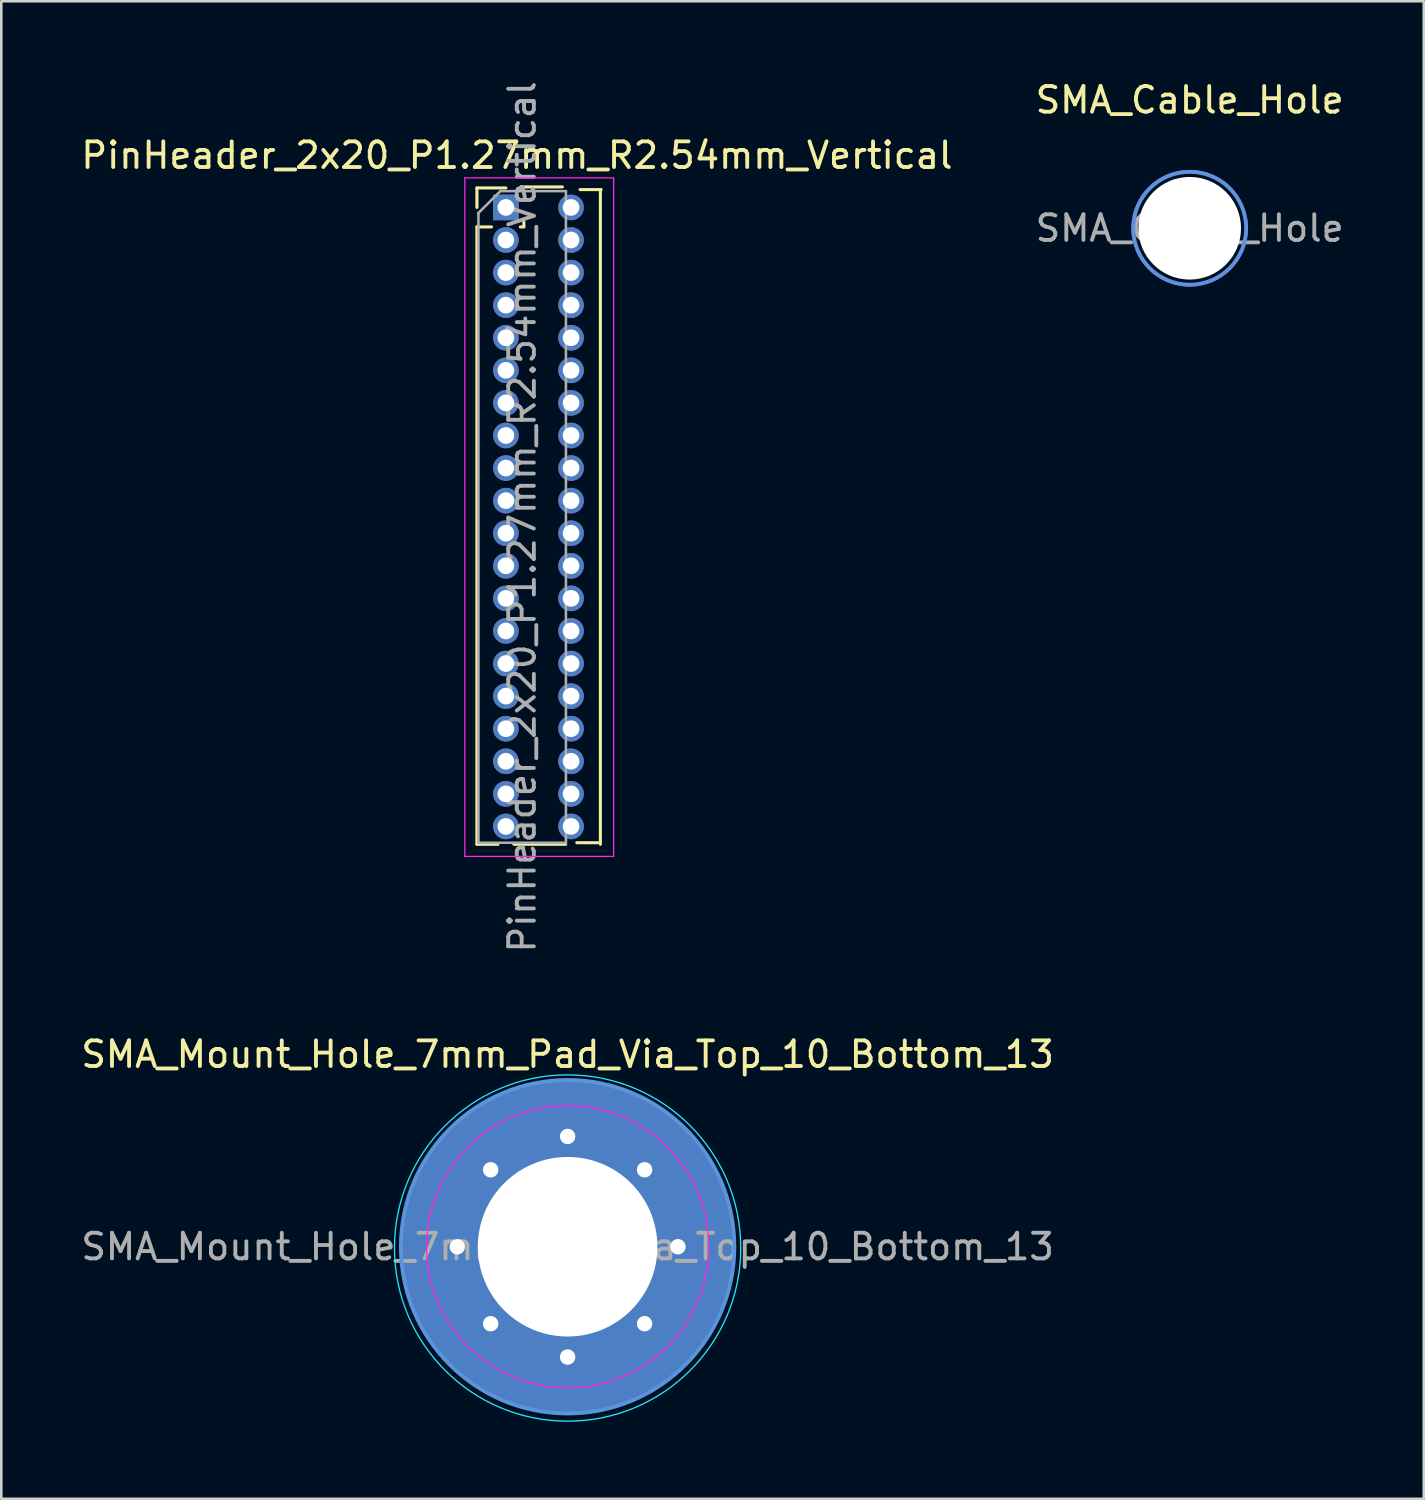
<source format=kicad_pcb>
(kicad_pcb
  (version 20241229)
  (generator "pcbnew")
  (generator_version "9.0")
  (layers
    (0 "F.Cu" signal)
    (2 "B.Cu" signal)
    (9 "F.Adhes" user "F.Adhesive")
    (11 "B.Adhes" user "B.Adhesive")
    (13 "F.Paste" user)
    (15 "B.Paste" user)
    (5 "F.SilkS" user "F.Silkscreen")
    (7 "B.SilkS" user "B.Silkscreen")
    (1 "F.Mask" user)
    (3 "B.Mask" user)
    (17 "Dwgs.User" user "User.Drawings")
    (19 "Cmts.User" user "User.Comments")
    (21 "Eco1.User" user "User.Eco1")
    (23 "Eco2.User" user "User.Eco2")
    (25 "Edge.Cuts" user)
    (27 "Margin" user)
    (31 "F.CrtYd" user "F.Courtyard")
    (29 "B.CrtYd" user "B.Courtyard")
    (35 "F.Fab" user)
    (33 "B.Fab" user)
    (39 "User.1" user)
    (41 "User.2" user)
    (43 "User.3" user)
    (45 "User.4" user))
  (footprint "SMA_Mount_Hole_7mm_Pad_Via_Top_10_Bottom_13"
    (layer "F.Cu")
    (at 19.077 45.551)
    (property "Reference" "SMA_Mount_Hole_7mm_Pad_Via_Top_10_Bottom_13" (at 0 -7.5 0) (layer "F.SilkS") (effects (font (size 1 1) (thickness 0.15))))
    (attr exclude_from_pos_files exclude_from_bom)
    (fp_circle (center 0 0) (end 6.5 0) (stroke (width 0.15) (type solid)) (fill no) (layer "Cmts.User"))
    (fp_circle (center 0 0.05) (end 6.75 0.05) (stroke (width 0.05) (type solid)) (fill no) (layer "B.CrtYd"))
    (fp_circle (center 0 0) (end 5.5 0) (stroke (width 0.05) (type solid)) (fill no) (layer "F.CrtYd"))
    (fp_text user "${REFERENCE}" (at 0 0 0) (layer "F.Fab") (effects (font (size 1 1) (thickness 0.15))))
    (pad "1" thru_hole circle (at -4.3 0) (size 0.9 0.9) (drill 0.6) (layers "*.Cu" "*.Mask"))
    (pad "1" thru_hole circle (at -3 -3) (size 0.9 0.9) (drill 0.6) (layers "*.Cu" "*.Mask"))
    (pad "1" thru_hole circle (at -3 3) (size 0.9 0.9) (drill 0.6) (layers "*.Cu" "*.Mask"))
    (pad "1" thru_hole circle (at 0 -4.3) (size 0.9 0.9) (drill 0.6) (layers "*.Cu" "*.Mask"))
    (pad "1" thru_hole circle (at 0 0) (size 10 10) (drill 7) (layers "*.Cu" "*.Mask"))
    (pad "1" smd circle (at 0 0) (size 13 13) (layers "B.Cu" "B.Mask" "B.Paste"))
    (pad "1" thru_hole circle (at 0 4.3) (size 0.9 0.9) (drill 0.6) (layers "*.Cu" "*.Mask"))
    (pad "1" thru_hole circle (at 3 -3) (size 0.9 0.9) (drill 0.6) (layers "*.Cu" "*.Mask"))
    (pad "1" thru_hole circle (at 3 3) (size 0.9 0.9) (drill 0.6) (layers "*.Cu" "*.Mask"))
    (pad "1" thru_hole circle (at 4.3 0) (size 0.9 0.9) (drill 0.6) (layers "*.Cu" "*.Mask")))
  (footprint "SMA_Cable_Hole"
    (layer "F.Cu")
    (at 43.327 5.848)
    (property "Reference" "SMA_Cable_Hole" (at 0 -5 0) (layer "F.SilkS") (effects (font (size 1 1) (thickness 0.15))))
    (attr exclude_from_pos_files exclude_from_bom)
    (fp_circle (center 0 0) (end 2.2 0) (stroke (width 0.15) (type solid)) (fill no) (layer "Cmts.User"))
    (fp_circle (center 0 0) (end 2.25 0) (stroke (width 0.05) (type solid)) (fill no) (layer "F.CrtYd"))
    (fp_text user "${REFERENCE}" (at 0 0 0) (layer "F.Fab") (effects (font (size 1 1) (thickness 0.15))))
    (pad "" np_thru_hole circle (at 0 0) (size 4 4) (drill 4) (layers "*.Cu" "*.Mask")))
  (footprint "PinHeader_2x20_P1.27mm_R2.54mm_Vertical"
    (layer "F.Cu")
    (at 16.671 5.036)
    (property "Reference" "PinHeader_2x20_P1.27mm_R2.54mm_Vertical" (at 0.43 -2.03 0) (layer "F.SilkS") (effects (font (size 1 1) (thickness 0.15))))
    (attr through_hole)
    (fp_line (start -1.13 -0.76) (end 0 -0.76) (stroke (width 0.12) (type solid)) (layer "F.SilkS"))
    (fp_line (start -1.13 0) (end -1.13 -0.76) (stroke (width 0.12) (type solid)) (layer "F.SilkS"))
    (fp_line (start -1.13 0.76) (end -1.13 24.825) (stroke (width 0.12) (type solid)) (layer "F.SilkS"))
    (fp_line (start -1.13 0.76) (end -0.563 0.76) (stroke (width 0.12) (type solid)) (layer "F.SilkS"))
    (fp_line (start -1.13 24.825) (end -0.308 24.825) (stroke (width 0.12) (type solid)) (layer "F.SilkS"))
    (fp_line (start 0.308 24.825) (end 2.33 24.825) (stroke (width 0.12) (type solid)) (layer "F.SilkS"))
    (fp_line (start 0.563 0.76) (end 0.707 0.76) (stroke (width 0.12) (type solid)) (layer "F.SilkS"))
    (fp_line (start 0.599 -0.8) (end 2.2 -0.8) (stroke (width 0.12) (type solid)) (layer "F.SilkS"))
    (fp_line (start 0.599 -0.668) (end 0.599 -0.8) (stroke (width 0.12) (type solid)) (layer "F.SilkS"))
    (fp_line (start 0.7 0.707) (end 0.7 0.563) (stroke (width 0.12) (type solid)) (layer "F.SilkS"))
    (fp_line (start 2.764 24.765) (end 3.586 24.765) (stroke (width 0.12) (type solid)) (layer "F.SilkS"))
    (fp_line (start 2.891 -0.695) (end 3.713 -0.695) (stroke (width 0.12) (type solid)) (layer "F.SilkS"))
    (fp_line (start 3.683 -0.695) (end 3.683 24.825) (stroke (width 0.12) (type solid)) (layer "F.SilkS"))
    (fp_line (start -1.6 -1.15) (end -1.6 25.3) (stroke (width 0.05) (type solid)) (layer "F.CrtYd"))
    (fp_line (start -1.6 25.3) (end 4.2 25.3) (stroke (width 0.05) (type solid)) (layer "F.CrtYd"))
    (fp_line (start 4.2 -1.15) (end -1.6 -1.15) (stroke (width 0.05) (type solid)) (layer "F.CrtYd"))
    (fp_line (start 4.2 25.3) (end 4.2 -1.15) (stroke (width 0.05) (type solid)) (layer "F.CrtYd"))
    (fp_line (start -1.07 0.217) (end -0.217 -0.635) (stroke (width 0.1) (type solid)) (layer "F.Fab"))
    (fp_line (start -1.07 24.765) (end -1.07 0.217) (stroke (width 0.1) (type solid)) (layer "F.Fab"))
    (fp_line (start -0.217 -0.635) (end 2.34 -0.635) (stroke (width 0.1) (type solid)) (layer "F.Fab"))
    (fp_line (start 2.34 -0.635) (end 2.34 24.765) (stroke (width 0.1) (type solid)) (layer "F.Fab"))
    (fp_line (start 2.34 24.765) (end -1.07 24.765) (stroke (width 0.1) (type solid)) (layer "F.Fab"))
    (fp_text user "${REFERENCE}" (at 0.635 12.065 90) (layer "F.Fab") (effects (font (size 1 1) (thickness 0.15))))
    (pad "1" thru_hole rect (at 0 0) (size 1 1) (drill 0.65) (layers "*.Cu" "*.Mask"))
    (pad "2" thru_hole oval (at 2.54 0) (size 1 1) (drill 0.65) (layers "*.Cu" "*.Mask"))
    (pad "3" thru_hole oval (at 0 1.27) (size 1 1) (drill 0.65) (layers "*.Cu" "*.Mask"))
    (pad "4" thru_hole oval (at 2.54 1.27) (size 1 1) (drill 0.65) (layers "*.Cu" "*.Mask"))
    (pad "5" thru_hole oval (at 0 2.54) (size 1 1) (drill 0.65) (layers "*.Cu" "*.Mask"))
    (pad "6" thru_hole oval (at 2.54 2.54) (size 1 1) (drill 0.65) (layers "*.Cu" "*.Mask"))
    (pad "7" thru_hole oval (at 0 3.81) (size 1 1) (drill 0.65) (layers "*.Cu" "*.Mask"))
    (pad "8" thru_hole oval (at 2.54 3.81) (size 1 1) (drill 0.65) (layers "*.Cu" "*.Mask"))
    (pad "9" thru_hole oval (at 0 5.08) (size 1 1) (drill 0.65) (layers "*.Cu" "*.Mask"))
    (pad "10" thru_hole oval (at 2.54 5.08) (size 1 1) (drill 0.65) (layers "*.Cu" "*.Mask"))
    (pad "11" thru_hole oval (at 0 6.35) (size 1 1) (drill 0.65) (layers "*.Cu" "*.Mask"))
    (pad "12" thru_hole oval (at 2.54 6.35) (size 1 1) (drill 0.65) (layers "*.Cu" "*.Mask"))
    (pad "13" thru_hole oval (at 0 7.62) (size 1 1) (drill 0.65) (layers "*.Cu" "*.Mask"))
    (pad "14" thru_hole oval (at 2.54 7.62) (size 1 1) (drill 0.65) (layers "*.Cu" "*.Mask"))
    (pad "15" thru_hole oval (at 0 8.89) (size 1 1) (drill 0.65) (layers "*.Cu" "*.Mask"))
    (pad "16" thru_hole oval (at 2.54 8.89) (size 1 1) (drill 0.65) (layers "*.Cu" "*.Mask"))
    (pad "17" thru_hole oval (at 0 10.16) (size 1 1) (drill 0.65) (layers "*.Cu" "*.Mask"))
    (pad "18" thru_hole oval (at 2.54 10.16) (size 1 1) (drill 0.65) (layers "*.Cu" "*.Mask"))
    (pad "19" thru_hole oval (at 0 11.43) (size 1 1) (drill 0.65) (layers "*.Cu" "*.Mask"))
    (pad "20" thru_hole oval (at 2.54 11.43) (size 1 1) (drill 0.65) (layers "*.Cu" "*.Mask"))
    (pad "21" thru_hole oval (at 0 12.7) (size 1 1) (drill 0.65) (layers "*.Cu" "*.Mask"))
    (pad "22" thru_hole oval (at 2.54 12.7) (size 1 1) (drill 0.65) (layers "*.Cu" "*.Mask"))
    (pad "23" thru_hole oval (at 0 13.97) (size 1 1) (drill 0.65) (layers "*.Cu" "*.Mask"))
    (pad "24" thru_hole oval (at 2.54 13.97) (size 1 1) (drill 0.65) (layers "*.Cu" "*.Mask"))
    (pad "25" thru_hole oval (at 0 15.24) (size 1 1) (drill 0.65) (layers "*.Cu" "*.Mask"))
    (pad "26" thru_hole oval (at 2.54 15.24) (size 1 1) (drill 0.65) (layers "*.Cu" "*.Mask"))
    (pad "27" thru_hole oval (at 0 16.51) (size 1 1) (drill 0.65) (layers "*.Cu" "*.Mask"))
    (pad "28" thru_hole oval (at 2.54 16.51) (size 1 1) (drill 0.65) (layers "*.Cu" "*.Mask"))
    (pad "29" thru_hole oval (at 0 17.78) (size 1 1) (drill 0.65) (layers "*.Cu" "*.Mask"))
    (pad "30" thru_hole oval (at 2.54 17.78) (size 1 1) (drill 0.65) (layers "*.Cu" "*.Mask"))
    (pad "31" thru_hole oval (at 0 19.05) (size 1 1) (drill 0.65) (layers "*.Cu" "*.Mask"))
    (pad "32" thru_hole oval (at 2.54 19.05) (size 1 1) (drill 0.65) (layers "*.Cu" "*.Mask"))
    (pad "33" thru_hole oval (at 0 20.32) (size 1 1) (drill 0.65) (layers "*.Cu" "*.Mask"))
    (pad "34" thru_hole oval (at 2.54 20.32) (size 1 1) (drill 0.65) (layers "*.Cu" "*.Mask"))
    (pad "35" thru_hole oval (at 0 21.59) (size 1 1) (drill 0.65) (layers "*.Cu" "*.Mask"))
    (pad "36" thru_hole oval (at 2.54 21.59) (size 1 1) (drill 0.65) (layers "*.Cu" "*.Mask"))
    (pad "37" thru_hole oval (at 0 22.86) (size 1 1) (drill 0.65) (layers "*.Cu" "*.Mask"))
    (pad "38" thru_hole oval (at 2.54 22.86) (size 1 1) (drill 0.65) (layers "*.Cu" "*.Mask"))
    (pad "39" thru_hole oval (at 0 24.13) (size 1 1) (drill 0.65) (layers "*.Cu" "*.Mask"))
    (pad "40" thru_hole oval (at 2.54 24.13) (size 1 1) (drill 0.65) (layers "*.Cu" "*.Mask")))
  (gr_rect
    (start -3 -3)
    (end 52.452 55.376)
    (stroke (width 0.1) (type default))
    (fill no)
    (layer "Edge.Cuts")))
</source>
